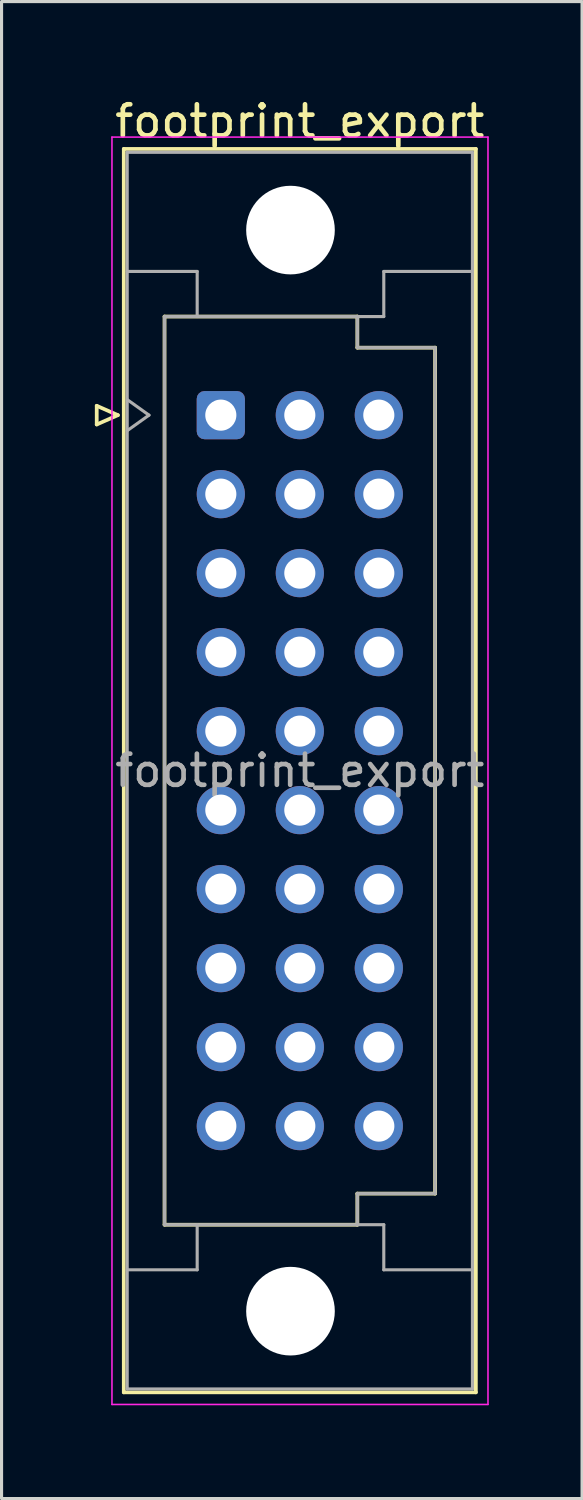
<source format=kicad_pcb>
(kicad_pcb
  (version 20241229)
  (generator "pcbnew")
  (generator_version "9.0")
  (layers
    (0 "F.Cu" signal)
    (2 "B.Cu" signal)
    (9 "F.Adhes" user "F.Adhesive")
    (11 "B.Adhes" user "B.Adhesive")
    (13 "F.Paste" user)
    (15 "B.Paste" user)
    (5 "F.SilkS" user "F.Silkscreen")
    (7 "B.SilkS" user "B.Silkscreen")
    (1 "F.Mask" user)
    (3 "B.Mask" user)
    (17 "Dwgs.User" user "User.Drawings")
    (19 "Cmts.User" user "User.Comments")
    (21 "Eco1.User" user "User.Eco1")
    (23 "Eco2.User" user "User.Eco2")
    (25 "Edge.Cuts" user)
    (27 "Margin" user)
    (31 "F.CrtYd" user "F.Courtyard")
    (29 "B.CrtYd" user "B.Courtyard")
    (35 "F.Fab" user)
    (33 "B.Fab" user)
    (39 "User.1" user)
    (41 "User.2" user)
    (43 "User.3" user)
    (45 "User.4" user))
  (footprint "footprint_export"
    (layer "F.Cu")
    (at 4.05 10.298)
    (property "Reference" "footprint_export" (at 2.54 -9.45 0) (layer "F.SilkS") (effects (font (size 1 1) (thickness 0.15))))
    (attr through_hole)
    (fp_line (start -3.99 -0.3) (end -3.99 0.3) (stroke (width 0.12) (type solid)) (layer "F.SilkS"))
    (fp_line (start -3.99 0.3) (end -3.31 0) (stroke (width 0.12) (type solid)) (layer "F.SilkS"))
    (fp_line (start -3.31 0) (end -3.99 -0.3) (stroke (width 0.12) (type solid)) (layer "F.SilkS"))
    (fp_line (start -3.12 -8.56) (end 8.2 -8.56) (stroke (width 0.12) (type solid)) (layer "F.SilkS"))
    (fp_line (start -3.12 31.42) (end -3.12 -8.56) (stroke (width 0.12) (type solid)) (layer "F.SilkS"))
    (fp_line (start -1.81 -3.17) (end 4.39 -3.17) (stroke (width 0.12) (type solid)) (layer "F.SilkS"))
    (fp_line (start -1.81 26.03) (end -1.81 -3.17) (stroke (width 0.12) (type solid)) (layer "F.SilkS"))
    (fp_line (start 4.39 -3.17) (end 4.39 -2.17) (stroke (width 0.12) (type solid)) (layer "F.SilkS"))
    (fp_line (start 4.39 -2.17) (end 6.89 -2.17) (stroke (width 0.12) (type solid)) (layer "F.SilkS"))
    (fp_line (start 4.39 25.03) (end 4.39 26.03) (stroke (width 0.12) (type solid)) (layer "F.SilkS"))
    (fp_line (start 4.39 26.03) (end -1.81 26.03) (stroke (width 0.12) (type solid)) (layer "F.SilkS"))
    (fp_line (start 6.89 -2.17) (end 6.89 25.03) (stroke (width 0.12) (type solid)) (layer "F.SilkS"))
    (fp_line (start 6.89 25.03) (end 4.39 25.03) (stroke (width 0.12) (type solid)) (layer "F.SilkS"))
    (fp_line (start 8.2 -8.56) (end 8.2 31.42) (stroke (width 0.12) (type solid)) (layer "F.SilkS"))
    (fp_line (start 8.2 31.42) (end -3.12 31.42) (stroke (width 0.12) (type solid)) (layer "F.SilkS"))
    (fp_line (start -3.5 -8.94) (end 8.59 -8.94) (stroke (width 0.05) (type solid)) (layer "F.CrtYd"))
    (fp_line (start -3.5 31.81) (end -3.5 -8.94) (stroke (width 0.05) (type solid)) (layer "F.CrtYd"))
    (fp_line (start 8.59 -8.94) (end 8.59 31.81) (stroke (width 0.05) (type solid)) (layer "F.CrtYd"))
    (fp_line (start 8.59 31.81) (end -3.5 31.81) (stroke (width 0.05) (type solid)) (layer "F.CrtYd"))
    (fp_line (start -3.01 -8.45) (end 8.09 -8.45) (stroke (width 0.1) (type solid)) (layer "F.Fab"))
    (fp_line (start -3.01 -4.62) (end -0.76 -4.62) (stroke (width 0.1) (type solid)) (layer "F.Fab"))
    (fp_line (start -3.01 -0.5) (end -2.31 0) (stroke (width 0.1) (type solid)) (layer "F.Fab"))
    (fp_line (start -3.01 27.48) (end -0.76 27.48) (stroke (width 0.1) (type solid)) (layer "F.Fab"))
    (fp_line (start -3.01 31.31) (end -3.01 -8.45) (stroke (width 0.1) (type solid)) (layer "F.Fab"))
    (fp_line (start -2.31 0) (end -3.01 0.5) (stroke (width 0.1) (type solid)) (layer "F.Fab"))
    (fp_line (start -1.81 -3.17) (end 4.39 -3.17) (stroke (width 0.1) (type solid)) (layer "F.Fab"))
    (fp_line (start -1.81 26.03) (end -1.81 -3.17) (stroke (width 0.1) (type solid)) (layer "F.Fab"))
    (fp_line (start -0.76 -4.62) (end -0.76 -3.17) (stroke (width 0.1) (type solid)) (layer "F.Fab"))
    (fp_line (start -0.76 27.48) (end -0.76 26.03) (stroke (width 0.1) (type solid)) (layer "F.Fab"))
    (fp_line (start 4.39 -3.17) (end 4.39 -2.17) (stroke (width 0.1) (type solid)) (layer "F.Fab"))
    (fp_line (start 4.39 -3.17) (end 5.24 -3.17) (stroke (width 0.1) (type solid)) (layer "F.Fab"))
    (fp_line (start 4.39 -2.17) (end 6.89 -2.17) (stroke (width 0.1) (type solid)) (layer "F.Fab"))
    (fp_line (start 4.39 25.03) (end 4.39 26.03) (stroke (width 0.1) (type solid)) (layer "F.Fab"))
    (fp_line (start 4.39 26.03) (end -1.81 26.03) (stroke (width 0.1) (type solid)) (layer "F.Fab"))
    (fp_line (start 4.39 26.03) (end 5.24 26.03) (stroke (width 0.1) (type solid)) (layer "F.Fab"))
    (fp_line (start 5.24 -4.62) (end 8.09 -4.62) (stroke (width 0.1) (type solid)) (layer "F.Fab"))
    (fp_line (start 5.24 -3.17) (end 5.24 -4.62) (stroke (width 0.1) (type solid)) (layer "F.Fab"))
    (fp_line (start 5.24 26.03) (end 5.24 27.48) (stroke (width 0.1) (type solid)) (layer "F.Fab"))
    (fp_line (start 5.24 27.48) (end 8.09 27.48) (stroke (width 0.1) (type solid)) (layer "F.Fab"))
    (fp_line (start 6.89 -2.17) (end 6.89 25.03) (stroke (width 0.1) (type solid)) (layer "F.Fab"))
    (fp_line (start 6.89 25.03) (end 4.39 25.03) (stroke (width 0.1) (type solid)) (layer "F.Fab"))
    (fp_line (start 8.09 -8.45) (end 8.09 31.31) (stroke (width 0.1) (type solid)) (layer "F.Fab"))
    (fp_line (start 8.09 31.31) (end -3.01 31.31) (stroke (width 0.1) (type solid)) (layer "F.Fab"))
    (fp_text user "${REFERENCE}" (at 2.54 11.43 0) (layer "F.Fab") (effects (font (size 1 1) (thickness 0.15))))
    (pad "" np_thru_hole circle (at 2.24 -5.95) (size 2.85 2.85) (drill 2.85) (layers "*.Cu" "*.Mask"))
    (pad "" np_thru_hole circle (at 2.24 28.81) (size 2.85 2.85) (drill 2.85) (layers "*.Cu" "*.Mask"))
    (pad "a1" thru_hole roundrect (at 0 0) (size 1.55 1.55) (drill 1) (layers "*.Cu" "*.Mask") (roundrect_rratio 0.161))
    (pad "a2" thru_hole circle (at 0 2.54) (size 1.55 1.55) (drill 1) (layers "*.Cu" "*.Mask"))
    (pad "a3" thru_hole circle (at 0 5.08) (size 1.55 1.55) (drill 1) (layers "*.Cu" "*.Mask"))
    (pad "a4" thru_hole circle (at 0 7.62) (size 1.55 1.55) (drill 1) (layers "*.Cu" "*.Mask"))
    (pad "a5" thru_hole circle (at 0 10.16) (size 1.55 1.55) (drill 1) (layers "*.Cu" "*.Mask"))
    (pad "a6" thru_hole circle (at 0 12.7) (size 1.55 1.55) (drill 1) (layers "*.Cu" "*.Mask"))
    (pad "a7" thru_hole circle (at 0 15.24) (size 1.55 1.55) (drill 1) (layers "*.Cu" "*.Mask"))
    (pad "a8" thru_hole circle (at 0 17.78) (size 1.55 1.55) (drill 1) (layers "*.Cu" "*.Mask"))
    (pad "a9" thru_hole circle (at 0 20.32) (size 1.55 1.55) (drill 1) (layers "*.Cu" "*.Mask"))
    (pad "a10" thru_hole circle (at 0 22.86) (size 1.55 1.55) (drill 1) (layers "*.Cu" "*.Mask"))
    (pad "b1" thru_hole circle (at 2.54 0) (size 1.55 1.55) (drill 1) (layers "*.Cu" "*.Mask"))
    (pad "b2" thru_hole circle (at 2.54 2.54) (size 1.55 1.55) (drill 1) (layers "*.Cu" "*.Mask"))
    (pad "b3" thru_hole circle (at 2.54 5.08) (size 1.55 1.55) (drill 1) (layers "*.Cu" "*.Mask"))
    (pad "b4" thru_hole circle (at 2.54 7.62) (size 1.55 1.55) (drill 1) (layers "*.Cu" "*.Mask"))
    (pad "b5" thru_hole circle (at 2.54 10.16) (size 1.55 1.55) (drill 1) (layers "*.Cu" "*.Mask"))
    (pad "b6" thru_hole circle (at 2.54 12.7) (size 1.55 1.55) (drill 1) (layers "*.Cu" "*.Mask"))
    (pad "b7" thru_hole circle (at 2.54 15.24) (size 1.55 1.55) (drill 1) (layers "*.Cu" "*.Mask"))
    (pad "b8" thru_hole circle (at 2.54 17.78) (size 1.55 1.55) (drill 1) (layers "*.Cu" "*.Mask"))
    (pad "b9" thru_hole circle (at 2.54 20.32) (size 1.55 1.55) (drill 1) (layers "*.Cu" "*.Mask"))
    (pad "b10" thru_hole circle (at 2.54 22.86) (size 1.55 1.55) (drill 1) (layers "*.Cu" "*.Mask"))
    (pad "c1" thru_hole circle (at 5.08 0) (size 1.55 1.55) (drill 1) (layers "*.Cu" "*.Mask"))
    (pad "c2" thru_hole circle (at 5.08 2.54) (size 1.55 1.55) (drill 1) (layers "*.Cu" "*.Mask"))
    (pad "c3" thru_hole circle (at 5.08 5.08) (size 1.55 1.55) (drill 1) (layers "*.Cu" "*.Mask"))
    (pad "c4" thru_hole circle (at 5.08 7.62) (size 1.55 1.55) (drill 1) (layers "*.Cu" "*.Mask"))
    (pad "c5" thru_hole circle (at 5.08 10.16) (size 1.55 1.55) (drill 1) (layers "*.Cu" "*.Mask"))
    (pad "c6" thru_hole circle (at 5.08 12.7) (size 1.55 1.55) (drill 1) (layers "*.Cu" "*.Mask"))
    (pad "c7" thru_hole circle (at 5.08 15.24) (size 1.55 1.55) (drill 1) (layers "*.Cu" "*.Mask"))
    (pad "c8" thru_hole circle (at 5.08 17.78) (size 1.55 1.55) (drill 1) (layers "*.Cu" "*.Mask"))
    (pad "c9" thru_hole circle (at 5.08 20.32) (size 1.55 1.55) (drill 1) (layers "*.Cu" "*.Mask"))
    (pad "c10" thru_hole circle (at 5.08 22.86) (size 1.55 1.55) (drill 1) (layers "*.Cu" "*.Mask")))
  (gr_rect
    (start -3 -3)
    (end 15.665 45.133)
    (stroke (width 0.1) (type default))
    (fill no)
    (layer "Edge.Cuts")))
</source>
